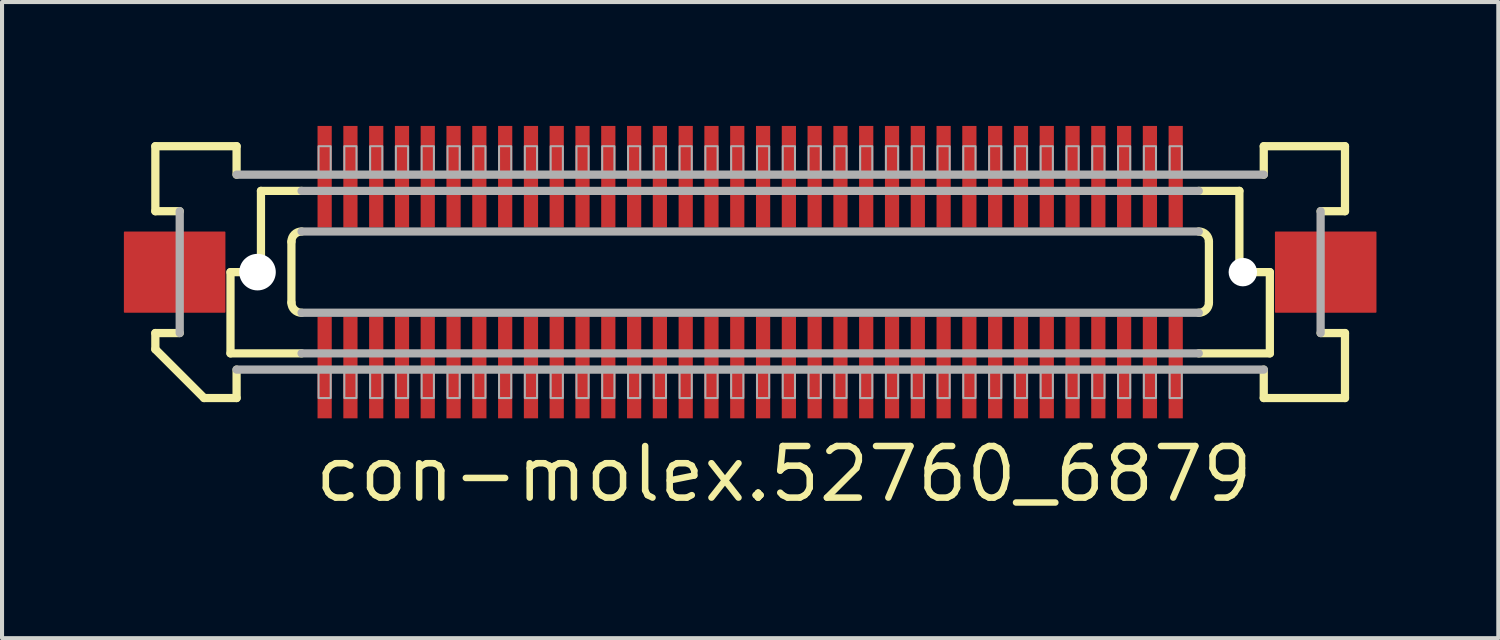
<source format=kicad_pcb>
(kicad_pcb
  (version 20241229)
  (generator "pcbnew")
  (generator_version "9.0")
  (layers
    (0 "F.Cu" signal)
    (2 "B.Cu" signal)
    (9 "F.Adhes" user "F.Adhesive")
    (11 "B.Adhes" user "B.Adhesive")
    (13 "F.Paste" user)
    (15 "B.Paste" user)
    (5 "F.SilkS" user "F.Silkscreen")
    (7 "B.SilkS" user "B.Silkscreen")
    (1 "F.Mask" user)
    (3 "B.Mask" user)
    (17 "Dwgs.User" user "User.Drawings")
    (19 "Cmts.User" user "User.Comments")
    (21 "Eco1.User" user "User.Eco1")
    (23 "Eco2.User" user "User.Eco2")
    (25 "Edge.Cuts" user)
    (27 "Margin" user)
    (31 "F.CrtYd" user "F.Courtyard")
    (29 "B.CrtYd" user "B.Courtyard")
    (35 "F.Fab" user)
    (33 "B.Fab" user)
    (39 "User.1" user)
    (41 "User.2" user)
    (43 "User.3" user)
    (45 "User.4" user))
  (footprint "con-molex.52760_6879"
    (layer "F.Cu")
    (at 15.42 3.65)
    (property "Reference" "con-molex.52760_6879" (at -10.795 5.715 0) (layer "F.SilkS") (effects (font (size 1.27 1.27) (thickness 0.16)) (justify left bottom)))
    (attr smd)
    (fp_rect (start -10.678 -1.075) (end -10.277 -3.625) (stroke (width 0.05) (type default)) (fill yes) (layer "F.Mask"))
    (fp_rect (start -10.678 3.625) (end -10.277 1.075) (stroke (width 0.05) (type default)) (fill yes) (layer "F.Mask"))
    (fp_rect (start -10.043 -1.075) (end -9.643 -3.625) (stroke (width 0.05) (type default)) (fill yes) (layer "F.Mask"))
    (fp_rect (start -10.043 3.625) (end -9.643 1.075) (stroke (width 0.05) (type default)) (fill yes) (layer "F.Mask"))
    (fp_rect (start -9.408 -1.075) (end -9.008 -3.625) (stroke (width 0.05) (type default)) (fill yes) (layer "F.Mask"))
    (fp_rect (start -9.408 3.625) (end -9.008 1.075) (stroke (width 0.05) (type default)) (fill yes) (layer "F.Mask"))
    (fp_rect (start -8.773 -1.075) (end -8.373 -3.625) (stroke (width 0.05) (type default)) (fill yes) (layer "F.Mask"))
    (fp_rect (start -8.773 3.625) (end -8.373 1.075) (stroke (width 0.05) (type default)) (fill yes) (layer "F.Mask"))
    (fp_rect (start -8.137 -1.075) (end -7.737 -3.625) (stroke (width 0.05) (type default)) (fill yes) (layer "F.Mask"))
    (fp_rect (start -8.137 3.625) (end -7.737 1.075) (stroke (width 0.05) (type default)) (fill yes) (layer "F.Mask"))
    (fp_rect (start -7.503 -1.075) (end -7.103 -3.625) (stroke (width 0.05) (type default)) (fill yes) (layer "F.Mask"))
    (fp_rect (start -7.503 3.625) (end -7.103 1.075) (stroke (width 0.05) (type default)) (fill yes) (layer "F.Mask"))
    (fp_rect (start -6.867 -1.075) (end -6.468 -3.625) (stroke (width 0.05) (type default)) (fill yes) (layer "F.Mask"))
    (fp_rect (start -6.867 3.625) (end -6.468 1.075) (stroke (width 0.05) (type default)) (fill yes) (layer "F.Mask"))
    (fp_rect (start -6.232 -1.075) (end -5.832 -3.625) (stroke (width 0.05) (type default)) (fill yes) (layer "F.Mask"))
    (fp_rect (start -6.232 3.625) (end -5.832 1.075) (stroke (width 0.05) (type default)) (fill yes) (layer "F.Mask"))
    (fp_rect (start -5.598 -1.075) (end -5.197 -3.625) (stroke (width 0.05) (type default)) (fill yes) (layer "F.Mask"))
    (fp_rect (start -5.598 3.625) (end -5.197 1.075) (stroke (width 0.05) (type default)) (fill yes) (layer "F.Mask"))
    (fp_rect (start -4.963 -1.075) (end -4.562 -3.625) (stroke (width 0.05) (type default)) (fill yes) (layer "F.Mask"))
    (fp_rect (start -4.963 3.625) (end -4.562 1.075) (stroke (width 0.05) (type default)) (fill yes) (layer "F.Mask"))
    (fp_rect (start -4.327 -1.075) (end -3.928 -3.625) (stroke (width 0.05) (type default)) (fill yes) (layer "F.Mask"))
    (fp_rect (start -4.327 3.625) (end -3.928 1.075) (stroke (width 0.05) (type default)) (fill yes) (layer "F.Mask"))
    (fp_rect (start -3.692 -1.075) (end -3.292 -3.625) (stroke (width 0.05) (type default)) (fill yes) (layer "F.Mask"))
    (fp_rect (start -3.692 3.625) (end -3.292 1.075) (stroke (width 0.05) (type default)) (fill yes) (layer "F.Mask"))
    (fp_rect (start -3.058 -1.075) (end -2.658 -3.625) (stroke (width 0.05) (type default)) (fill yes) (layer "F.Mask"))
    (fp_rect (start -3.058 3.625) (end -2.658 1.075) (stroke (width 0.05) (type default)) (fill yes) (layer "F.Mask"))
    (fp_rect (start -2.422 -1.075) (end -2.022 -3.625) (stroke (width 0.05) (type default)) (fill yes) (layer "F.Mask"))
    (fp_rect (start -2.422 3.625) (end -2.022 1.075) (stroke (width 0.05) (type default)) (fill yes) (layer "F.Mask"))
    (fp_rect (start -1.788 -1.075) (end -1.387 -3.625) (stroke (width 0.05) (type default)) (fill yes) (layer "F.Mask"))
    (fp_rect (start -1.788 3.625) (end -1.387 1.075) (stroke (width 0.05) (type default)) (fill yes) (layer "F.Mask"))
    (fp_rect (start -1.153 -1.075) (end -0.752 -3.625) (stroke (width 0.05) (type default)) (fill yes) (layer "F.Mask"))
    (fp_rect (start -1.153 3.625) (end -0.752 1.075) (stroke (width 0.05) (type default)) (fill yes) (layer "F.Mask"))
    (fp_rect (start -0.517 -1.075) (end -0.117 -3.625) (stroke (width 0.05) (type default)) (fill yes) (layer "F.Mask"))
    (fp_rect (start -0.517 3.625) (end -0.117 1.075) (stroke (width 0.05) (type default)) (fill yes) (layer "F.Mask"))
    (fp_rect (start 0.117 -1.075) (end 0.517 -3.625) (stroke (width 0.05) (type default)) (fill yes) (layer "F.Mask"))
    (fp_rect (start 0.117 3.625) (end 0.517 1.075) (stroke (width 0.05) (type default)) (fill yes) (layer "F.Mask"))
    (fp_rect (start 0.752 -1.075) (end 1.153 -3.625) (stroke (width 0.05) (type default)) (fill yes) (layer "F.Mask"))
    (fp_rect (start 0.752 3.625) (end 1.153 1.075) (stroke (width 0.05) (type default)) (fill yes) (layer "F.Mask"))
    (fp_rect (start 1.387 -1.075) (end 1.788 -3.625) (stroke (width 0.05) (type default)) (fill yes) (layer "F.Mask"))
    (fp_rect (start 1.387 3.625) (end 1.788 1.075) (stroke (width 0.05) (type default)) (fill yes) (layer "F.Mask"))
    (fp_rect (start 2.022 -1.075) (end 2.422 -3.625) (stroke (width 0.05) (type default)) (fill yes) (layer "F.Mask"))
    (fp_rect (start 2.022 3.625) (end 2.422 1.075) (stroke (width 0.05) (type default)) (fill yes) (layer "F.Mask"))
    (fp_rect (start 2.658 -1.075) (end 3.058 -3.625) (stroke (width 0.05) (type default)) (fill yes) (layer "F.Mask"))
    (fp_rect (start 2.658 3.625) (end 3.058 1.075) (stroke (width 0.05) (type default)) (fill yes) (layer "F.Mask"))
    (fp_rect (start 3.292 -1.075) (end 3.692 -3.625) (stroke (width 0.05) (type default)) (fill yes) (layer "F.Mask"))
    (fp_rect (start 3.292 3.625) (end 3.692 1.075) (stroke (width 0.05) (type default)) (fill yes) (layer "F.Mask"))
    (fp_rect (start 3.928 -1.075) (end 4.327 -3.625) (stroke (width 0.05) (type default)) (fill yes) (layer "F.Mask"))
    (fp_rect (start 3.928 3.625) (end 4.327 1.075) (stroke (width 0.05) (type default)) (fill yes) (layer "F.Mask"))
    (fp_rect (start 4.562 -1.075) (end 4.963 -3.625) (stroke (width 0.05) (type default)) (fill yes) (layer "F.Mask"))
    (fp_rect (start 4.562 3.625) (end 4.963 1.075) (stroke (width 0.05) (type default)) (fill yes) (layer "F.Mask"))
    (fp_rect (start 5.197 -1.075) (end 5.598 -3.625) (stroke (width 0.05) (type default)) (fill yes) (layer "F.Mask"))
    (fp_rect (start 5.197 3.625) (end 5.598 1.075) (stroke (width 0.05) (type default)) (fill yes) (layer "F.Mask"))
    (fp_rect (start 5.832 -1.075) (end 6.232 -3.625) (stroke (width 0.05) (type default)) (fill yes) (layer "F.Mask"))
    (fp_rect (start 5.832 3.625) (end 6.232 1.075) (stroke (width 0.05) (type default)) (fill yes) (layer "F.Mask"))
    (fp_rect (start 6.468 -1.075) (end 6.867 -3.625) (stroke (width 0.05) (type default)) (fill yes) (layer "F.Mask"))
    (fp_rect (start 6.468 3.625) (end 6.867 1.075) (stroke (width 0.05) (type default)) (fill yes) (layer "F.Mask"))
    (fp_rect (start 7.103 -1.075) (end 7.503 -3.625) (stroke (width 0.05) (type default)) (fill yes) (layer "F.Mask"))
    (fp_rect (start 7.103 3.625) (end 7.503 1.075) (stroke (width 0.05) (type default)) (fill yes) (layer "F.Mask"))
    (fp_rect (start 7.737 -1.075) (end 8.137 -3.625) (stroke (width 0.05) (type default)) (fill yes) (layer "F.Mask"))
    (fp_rect (start 7.737 3.625) (end 8.137 1.075) (stroke (width 0.05) (type default)) (fill yes) (layer "F.Mask"))
    (fp_rect (start 8.373 -1.075) (end 8.773 -3.625) (stroke (width 0.05) (type default)) (fill yes) (layer "F.Mask"))
    (fp_rect (start 8.373 3.625) (end 8.773 1.075) (stroke (width 0.05) (type default)) (fill yes) (layer "F.Mask"))
    (fp_rect (start 9.008 -1.075) (end 9.408 -3.625) (stroke (width 0.05) (type default)) (fill yes) (layer "F.Mask"))
    (fp_rect (start 9.008 3.625) (end 9.408 1.075) (stroke (width 0.05) (type default)) (fill yes) (layer "F.Mask"))
    (fp_rect (start 9.643 -1.075) (end 10.043 -3.625) (stroke (width 0.05) (type default)) (fill yes) (layer "F.Mask"))
    (fp_rect (start 9.643 3.625) (end 10.043 1.075) (stroke (width 0.05) (type default)) (fill yes) (layer "F.Mask"))
    (fp_rect (start 10.277 -1.075) (end 10.678 -3.625) (stroke (width 0.05) (type default)) (fill yes) (layer "F.Mask"))
    (fp_rect (start 10.277 3.625) (end 10.678 1.075) (stroke (width 0.05) (type default)) (fill yes) (layer "F.Mask"))
    (fp_line (start -14.645 -3.1) (end -12.645 -3.1) (stroke (width 0.203) (type default)) (layer "F.SilkS"))
    (fp_line (start -14.645 -1.5) (end -14.645 -3.1) (stroke (width 0.203) (type default)) (layer "F.SilkS"))
    (fp_line (start -14.645 1.5) (end -14.045 1.5) (stroke (width 0.203) (type default)) (layer "F.SilkS"))
    (fp_line (start -14.645 1.9) (end -14.645 1.5) (stroke (width 0.203) (type default)) (layer "F.SilkS"))
    (fp_line (start -14.045 -1.5) (end -14.645 -1.5) (stroke (width 0.203) (type default)) (layer "F.SilkS"))
    (fp_line (start -13.445 3.1) (end -14.645 1.9) (stroke (width 0.203) (type default)) (layer "F.SilkS"))
    (fp_line (start -12.795 0) (end -12.795 2) (stroke (width 0.203) (type default)) (layer "F.SilkS"))
    (fp_line (start -12.795 2) (end -11.045 2) (stroke (width 0.203) (type default)) (layer "F.SilkS"))
    (fp_line (start -12.645 -3.1) (end -12.645 -2.4) (stroke (width 0.203) (type default)) (layer "F.SilkS"))
    (fp_line (start -12.645 2.4) (end -12.645 3.1) (stroke (width 0.203) (type default)) (layer "F.SilkS"))
    (fp_line (start -12.645 3.1) (end -13.445 3.1) (stroke (width 0.203) (type default)) (layer "F.SilkS"))
    (fp_line (start -12.045 -2) (end -12.045 0) (stroke (width 0.203) (type default)) (layer "F.SilkS"))
    (fp_line (start -12.045 0) (end -12.795 0) (stroke (width 0.203) (type default)) (layer "F.SilkS"))
    (fp_line (start -11.295 0.75) (end -11.295 -0.75) (stroke (width 0.203) (type default)) (layer "F.SilkS"))
    (fp_line (start -11.045 -2) (end -12.045 -2) (stroke (width 0.203) (type default)) (layer "F.SilkS"))
    (fp_line (start 11.045 2) (end 12.795 2) (stroke (width 0.203) (type default)) (layer "F.SilkS"))
    (fp_line (start 11.295 -0.75) (end 11.295 0.75) (stroke (width 0.203) (type default)) (layer "F.SilkS"))
    (fp_line (start 12.045 -2) (end 11.045 -2) (stroke (width 0.203) (type default)) (layer "F.SilkS"))
    (fp_line (start 12.045 -2) (end 12.045 0) (stroke (width 0.203) (type default)) (layer "F.SilkS"))
    (fp_line (start 12.645 -3.1) (end 14.645 -3.1) (stroke (width 0.203) (type default)) (layer "F.SilkS"))
    (fp_line (start 12.645 -2.4) (end 12.645 -3.1) (stroke (width 0.203) (type default)) (layer "F.SilkS"))
    (fp_line (start 12.645 3.1) (end 12.645 2.4) (stroke (width 0.203) (type default)) (layer "F.SilkS"))
    (fp_line (start 12.795 0) (end 12.045 0) (stroke (width 0.203) (type default)) (layer "F.SilkS"))
    (fp_line (start 12.795 0) (end 12.795 2) (stroke (width 0.203) (type default)) (layer "F.SilkS"))
    (fp_line (start 14.045 1.5) (end 14.645 1.5) (stroke (width 0.203) (type default)) (layer "F.SilkS"))
    (fp_line (start 14.645 -3.1) (end 14.645 -1.5) (stroke (width 0.203) (type default)) (layer "F.SilkS"))
    (fp_line (start 14.645 -1.5) (end 14.045 -1.5) (stroke (width 0.203) (type default)) (layer "F.SilkS"))
    (fp_line (start 14.645 1.5) (end 14.645 3.1) (stroke (width 0.203) (type default)) (layer "F.SilkS"))
    (fp_line (start 14.645 3.1) (end 12.645 3.1) (stroke (width 0.203) (type default)) (layer "F.SilkS"))
    (fp_arc (start -11.295 -0.75) (mid -11.221777 -0.926777) (end -11.045 -1) (stroke (width 0.2032) (type default)) (layer "F.SilkS"))
    (fp_arc (start -11.045 1) (mid -11.221777 0.926777) (end -11.295 0.75) (stroke (width 0.2032) (type default)) (layer "F.SilkS"))
    (fp_arc (start 11.045 -1) (mid 11.221777 -0.926777) (end 11.295 -0.75) (stroke (width 0.2032) (type default)) (layer "F.SilkS"))
    (fp_arc (start 11.295 0.75) (mid 11.221777 0.926777) (end 11.045 1) (stroke (width 0.2032) (type default)) (layer "F.SilkS"))
    (fp_line (start -14.045 1.5) (end -14.045 -1.5) (stroke (width 0.203) (type default)) (layer "F.Fab"))
    (fp_line (start -12.645 -2.4) (end 12.645 -2.4) (stroke (width 0.203) (type default)) (layer "F.Fab"))
    (fp_line (start -11.045 -1) (end 11.045 -1) (stroke (width 0.203) (type default)) (layer "F.Fab"))
    (fp_line (start -11.045 2) (end 11.045 2) (stroke (width 0.203) (type default)) (layer "F.Fab"))
    (fp_line (start 11.045 -2) (end -11.045 -2) (stroke (width 0.203) (type default)) (layer "F.Fab"))
    (fp_line (start 11.045 1) (end -11.045 1) (stroke (width 0.203) (type default)) (layer "F.Fab"))
    (fp_line (start 12.645 2.4) (end -12.645 2.4) (stroke (width 0.203) (type default)) (layer "F.Fab"))
    (fp_line (start 14.045 -1.5) (end 14.045 1.5) (stroke (width 0.203) (type default)) (layer "F.Fab"))
    (fp_rect (start -10.627 -2.375) (end -10.328 -3.1) (stroke (width 0.05) (type default)) (fill no) (layer "F.Fab"))
    (fp_rect (start -10.627 3.1) (end -10.328 2.375) (stroke (width 0.05) (type default)) (fill no) (layer "F.Fab"))
    (fp_rect (start -9.992 -2.375) (end -9.693 -3.1) (stroke (width 0.05) (type default)) (fill no) (layer "F.Fab"))
    (fp_rect (start -9.992 3.1) (end -9.693 2.375) (stroke (width 0.05) (type default)) (fill no) (layer "F.Fab"))
    (fp_rect (start -9.357 -2.375) (end -9.057 -3.1) (stroke (width 0.05) (type default)) (fill no) (layer "F.Fab"))
    (fp_rect (start -9.357 3.1) (end -9.057 2.375) (stroke (width 0.05) (type default)) (fill no) (layer "F.Fab"))
    (fp_rect (start -8.723 -2.375) (end -8.422 -3.1) (stroke (width 0.05) (type default)) (fill no) (layer "F.Fab"))
    (fp_rect (start -8.723 3.1) (end -8.422 2.375) (stroke (width 0.05) (type default)) (fill no) (layer "F.Fab"))
    (fp_rect (start -8.088 -2.375) (end -7.787 -3.1) (stroke (width 0.05) (type default)) (fill no) (layer "F.Fab"))
    (fp_rect (start -8.088 3.1) (end -7.787 2.375) (stroke (width 0.05) (type default)) (fill no) (layer "F.Fab"))
    (fp_rect (start -7.452 -2.375) (end -7.152 -3.1) (stroke (width 0.05) (type default)) (fill no) (layer "F.Fab"))
    (fp_rect (start -7.452 3.1) (end -7.152 2.375) (stroke (width 0.05) (type default)) (fill no) (layer "F.Fab"))
    (fp_rect (start -6.817 -2.375) (end -6.518 -3.1) (stroke (width 0.05) (type default)) (fill no) (layer "F.Fab"))
    (fp_rect (start -6.817 3.1) (end -6.518 2.375) (stroke (width 0.05) (type default)) (fill no) (layer "F.Fab"))
    (fp_rect (start -6.183 -2.375) (end -5.883 -3.1) (stroke (width 0.05) (type default)) (fill no) (layer "F.Fab"))
    (fp_rect (start -6.183 3.1) (end -5.883 2.375) (stroke (width 0.05) (type default)) (fill no) (layer "F.Fab"))
    (fp_rect (start -5.548 -2.375) (end -5.247 -3.1) (stroke (width 0.05) (type default)) (fill no) (layer "F.Fab"))
    (fp_rect (start -5.548 3.1) (end -5.247 2.375) (stroke (width 0.05) (type default)) (fill no) (layer "F.Fab"))
    (fp_rect (start -4.912 -2.375) (end -4.612 -3.1) (stroke (width 0.05) (type default)) (fill no) (layer "F.Fab"))
    (fp_rect (start -4.912 3.1) (end -4.612 2.375) (stroke (width 0.05) (type default)) (fill no) (layer "F.Fab"))
    (fp_rect (start -4.277 -2.375) (end -3.978 -3.1) (stroke (width 0.05) (type default)) (fill no) (layer "F.Fab"))
    (fp_rect (start -4.277 3.1) (end -3.978 2.375) (stroke (width 0.05) (type default)) (fill no) (layer "F.Fab"))
    (fp_rect (start -3.643 -2.375) (end -3.342 -3.1) (stroke (width 0.05) (type default)) (fill no) (layer "F.Fab"))
    (fp_rect (start -3.643 3.1) (end -3.342 2.375) (stroke (width 0.05) (type default)) (fill no) (layer "F.Fab"))
    (fp_rect (start -3.007 -2.375) (end -2.708 -3.1) (stroke (width 0.05) (type default)) (fill no) (layer "F.Fab"))
    (fp_rect (start -3.007 3.1) (end -2.708 2.375) (stroke (width 0.05) (type default)) (fill no) (layer "F.Fab"))
    (fp_rect (start -2.373 -2.375) (end -2.072 -3.1) (stroke (width 0.05) (type default)) (fill no) (layer "F.Fab"))
    (fp_rect (start -2.373 3.1) (end -2.072 2.375) (stroke (width 0.05) (type default)) (fill no) (layer "F.Fab"))
    (fp_rect (start -1.738 -2.375) (end -1.438 -3.1) (stroke (width 0.05) (type default)) (fill no) (layer "F.Fab"))
    (fp_rect (start -1.738 3.1) (end -1.438 2.375) (stroke (width 0.05) (type default)) (fill no) (layer "F.Fab"))
    (fp_rect (start -1.103 -2.375) (end -0.802 -3.1) (stroke (width 0.05) (type default)) (fill no) (layer "F.Fab"))
    (fp_rect (start -1.103 3.1) (end -0.802 2.375) (stroke (width 0.05) (type default)) (fill no) (layer "F.Fab"))
    (fp_rect (start -0.468 -2.375) (end -0.168 -3.1) (stroke (width 0.05) (type default)) (fill no) (layer "F.Fab"))
    (fp_rect (start -0.468 3.1) (end -0.168 2.375) (stroke (width 0.05) (type default)) (fill no) (layer "F.Fab"))
    (fp_rect (start 0.168 -2.375) (end 0.468 -3.1) (stroke (width 0.05) (type default)) (fill no) (layer "F.Fab"))
    (fp_rect (start 0.168 3.1) (end 0.468 2.375) (stroke (width 0.05) (type default)) (fill no) (layer "F.Fab"))
    (fp_rect (start 0.802 -2.375) (end 1.103 -3.1) (stroke (width 0.05) (type default)) (fill no) (layer "F.Fab"))
    (fp_rect (start 0.802 3.1) (end 1.103 2.375) (stroke (width 0.05) (type default)) (fill no) (layer "F.Fab"))
    (fp_rect (start 1.438 -2.375) (end 1.738 -3.1) (stroke (width 0.05) (type default)) (fill no) (layer "F.Fab"))
    (fp_rect (start 1.438 3.1) (end 1.738 2.375) (stroke (width 0.05) (type default)) (fill no) (layer "F.Fab"))
    (fp_rect (start 2.072 -2.375) (end 2.373 -3.1) (stroke (width 0.05) (type default)) (fill no) (layer "F.Fab"))
    (fp_rect (start 2.072 3.1) (end 2.373 2.375) (stroke (width 0.05) (type default)) (fill no) (layer "F.Fab"))
    (fp_rect (start 2.708 -2.375) (end 3.007 -3.1) (stroke (width 0.05) (type default)) (fill no) (layer "F.Fab"))
    (fp_rect (start 2.708 3.1) (end 3.007 2.375) (stroke (width 0.05) (type default)) (fill no) (layer "F.Fab"))
    (fp_rect (start 3.342 -2.375) (end 3.643 -3.1) (stroke (width 0.05) (type default)) (fill no) (layer "F.Fab"))
    (fp_rect (start 3.342 3.1) (end 3.643 2.375) (stroke (width 0.05) (type default)) (fill no) (layer "F.Fab"))
    (fp_rect (start 3.978 -2.375) (end 4.277 -3.1) (stroke (width 0.05) (type default)) (fill no) (layer "F.Fab"))
    (fp_rect (start 3.978 3.1) (end 4.277 2.375) (stroke (width 0.05) (type default)) (fill no) (layer "F.Fab"))
    (fp_rect (start 4.612 -2.375) (end 4.912 -3.1) (stroke (width 0.05) (type default)) (fill no) (layer "F.Fab"))
    (fp_rect (start 4.612 3.1) (end 4.912 2.375) (stroke (width 0.05) (type default)) (fill no) (layer "F.Fab"))
    (fp_rect (start 5.247 -2.375) (end 5.548 -3.1) (stroke (width 0.05) (type default)) (fill no) (layer "F.Fab"))
    (fp_rect (start 5.247 3.1) (end 5.548 2.375) (stroke (width 0.05) (type default)) (fill no) (layer "F.Fab"))
    (fp_rect (start 5.883 -2.375) (end 6.183 -3.1) (stroke (width 0.05) (type default)) (fill no) (layer "F.Fab"))
    (fp_rect (start 5.883 3.1) (end 6.183 2.375) (stroke (width 0.05) (type default)) (fill no) (layer "F.Fab"))
    (fp_rect (start 6.518 -2.375) (end 6.817 -3.1) (stroke (width 0.05) (type default)) (fill no) (layer "F.Fab"))
    (fp_rect (start 6.518 3.1) (end 6.817 2.375) (stroke (width 0.05) (type default)) (fill no) (layer "F.Fab"))
    (fp_rect (start 7.152 -2.375) (end 7.452 -3.1) (stroke (width 0.05) (type default)) (fill no) (layer "F.Fab"))
    (fp_rect (start 7.152 3.1) (end 7.452 2.375) (stroke (width 0.05) (type default)) (fill no) (layer "F.Fab"))
    (fp_rect (start 7.787 -2.375) (end 8.088 -3.1) (stroke (width 0.05) (type default)) (fill no) (layer "F.Fab"))
    (fp_rect (start 7.787 3.1) (end 8.088 2.375) (stroke (width 0.05) (type default)) (fill no) (layer "F.Fab"))
    (fp_rect (start 8.422 -2.375) (end 8.723 -3.1) (stroke (width 0.05) (type default)) (fill no) (layer "F.Fab"))
    (fp_rect (start 8.422 3.1) (end 8.723 2.375) (stroke (width 0.05) (type default)) (fill no) (layer "F.Fab"))
    (fp_rect (start 9.057 -2.375) (end 9.357 -3.1) (stroke (width 0.05) (type default)) (fill no) (layer "F.Fab"))
    (fp_rect (start 9.057 3.1) (end 9.357 2.375) (stroke (width 0.05) (type default)) (fill no) (layer "F.Fab"))
    (fp_rect (start 9.693 -2.375) (end 9.992 -3.1) (stroke (width 0.05) (type default)) (fill no) (layer "F.Fab"))
    (fp_rect (start 9.693 3.1) (end 9.992 2.375) (stroke (width 0.05) (type default)) (fill no) (layer "F.Fab"))
    (fp_rect (start 10.328 -2.375) (end 10.627 -3.1) (stroke (width 0.05) (type default)) (fill no) (layer "F.Fab"))
    (fp_rect (start 10.328 3.1) (end 10.627 2.375) (stroke (width 0.05) (type default)) (fill no) (layer "F.Fab"))
    (pad "" np_thru_hole circle (at -12.13 0) (size 0.9 0.9) (drill 0.9) (layers "*.Cu" "*.Mask"))
    (pad "" np_thru_hole circle (at 12.13 0) (size 0.7 0.7) (drill 0.7) (layers "*.Cu" "*.Mask"))
    (pad "1" smd roundrect (at -10.477 2.35) (size 0.35 2.5) (layers "F.Cu" "F.Mask" "F.Paste") (roundrect_rratio 0.01))
    (pad "2" smd roundrect (at -10.477 -2.35 180) (size 0.35 2.5) (layers "F.Cu" "F.Mask" "F.Paste") (roundrect_rratio 0.01))
    (pad "3" smd roundrect (at -9.842 2.35) (size 0.35 2.5) (layers "F.Cu" "F.Mask" "F.Paste") (roundrect_rratio 0.01))
    (pad "4" smd roundrect (at -9.842 -2.35 180) (size 0.35 2.5) (layers "F.Cu" "F.Mask" "F.Paste") (roundrect_rratio 0.01))
    (pad "5" smd roundrect (at -9.207 2.35) (size 0.35 2.5) (layers "F.Cu" "F.Mask" "F.Paste") (roundrect_rratio 0.01))
    (pad "6" smd roundrect (at -9.207 -2.35 180) (size 0.35 2.5) (layers "F.Cu" "F.Mask" "F.Paste") (roundrect_rratio 0.01))
    (pad "7" smd roundrect (at -8.572 2.35) (size 0.35 2.5) (layers "F.Cu" "F.Mask" "F.Paste") (roundrect_rratio 0.01))
    (pad "8" smd roundrect (at -8.572 -2.35 180) (size 0.35 2.5) (layers "F.Cu" "F.Mask" "F.Paste") (roundrect_rratio 0.01))
    (pad "9" smd roundrect (at -7.938 2.35) (size 0.35 2.5) (layers "F.Cu" "F.Mask" "F.Paste") (roundrect_rratio 0.01))
    (pad "10" smd roundrect (at -7.938 -2.35 180) (size 0.35 2.5) (layers "F.Cu" "F.Mask" "F.Paste") (roundrect_rratio 0.01))
    (pad "11" smd roundrect (at -7.303 2.35) (size 0.35 2.5) (layers "F.Cu" "F.Mask" "F.Paste") (roundrect_rratio 0.01))
    (pad "12" smd roundrect (at -7.303 -2.35 180) (size 0.35 2.5) (layers "F.Cu" "F.Mask" "F.Paste") (roundrect_rratio 0.01))
    (pad "13" smd roundrect (at -6.668 2.35) (size 0.35 2.5) (layers "F.Cu" "F.Mask" "F.Paste") (roundrect_rratio 0.01))
    (pad "14" smd roundrect (at -6.668 -2.35 180) (size 0.35 2.5) (layers "F.Cu" "F.Mask" "F.Paste") (roundrect_rratio 0.01))
    (pad "15" smd roundrect (at -6.032 2.35) (size 0.35 2.5) (layers "F.Cu" "F.Mask" "F.Paste") (roundrect_rratio 0.01))
    (pad "16" smd roundrect (at -6.032 -2.35 180) (size 0.35 2.5) (layers "F.Cu" "F.Mask" "F.Paste") (roundrect_rratio 0.01))
    (pad "17" smd roundrect (at -5.397 2.35) (size 0.35 2.5) (layers "F.Cu" "F.Mask" "F.Paste") (roundrect_rratio 0.01))
    (pad "18" smd roundrect (at -5.397 -2.35 180) (size 0.35 2.5) (layers "F.Cu" "F.Mask" "F.Paste") (roundrect_rratio 0.01))
    (pad "19" smd roundrect (at -4.763 2.35) (size 0.35 2.5) (layers "F.Cu" "F.Mask" "F.Paste") (roundrect_rratio 0.01))
    (pad "20" smd roundrect (at -4.763 -2.35 180) (size 0.35 2.5) (layers "F.Cu" "F.Mask" "F.Paste") (roundrect_rratio 0.01))
    (pad "21" smd roundrect (at -4.128 2.35) (size 0.35 2.5) (layers "F.Cu" "F.Mask" "F.Paste") (roundrect_rratio 0.01))
    (pad "22" smd roundrect (at -4.128 -2.35 180) (size 0.35 2.5) (layers "F.Cu" "F.Mask" "F.Paste") (roundrect_rratio 0.01))
    (pad "23" smd roundrect (at -3.493 2.35) (size 0.35 2.5) (layers "F.Cu" "F.Mask" "F.Paste") (roundrect_rratio 0.01))
    (pad "24" smd roundrect (at -3.493 -2.35 180) (size 0.35 2.5) (layers "F.Cu" "F.Mask" "F.Paste") (roundrect_rratio 0.01))
    (pad "25" smd roundrect (at -2.857 2.35) (size 0.35 2.5) (layers "F.Cu" "F.Mask" "F.Paste") (roundrect_rratio 0.01))
    (pad "26" smd roundrect (at -2.857 -2.35 180) (size 0.35 2.5) (layers "F.Cu" "F.Mask" "F.Paste") (roundrect_rratio 0.01))
    (pad "27" smd roundrect (at -2.223 2.35) (size 0.35 2.5) (layers "F.Cu" "F.Mask" "F.Paste") (roundrect_rratio 0.01))
    (pad "28" smd roundrect (at -2.223 -2.35 180) (size 0.35 2.5) (layers "F.Cu" "F.Mask" "F.Paste") (roundrect_rratio 0.01))
    (pad "29" smd roundrect (at -1.587 2.35) (size 0.35 2.5) (layers "F.Cu" "F.Mask" "F.Paste") (roundrect_rratio 0.01))
    (pad "30" smd roundrect (at -1.587 -2.35 180) (size 0.35 2.5) (layers "F.Cu" "F.Mask" "F.Paste") (roundrect_rratio 0.01))
    (pad "31" smd roundrect (at -0.953 2.35) (size 0.35 2.5) (layers "F.Cu" "F.Mask" "F.Paste") (roundrect_rratio 0.01))
    (pad "32" smd roundrect (at -0.953 -2.35 180) (size 0.35 2.5) (layers "F.Cu" "F.Mask" "F.Paste") (roundrect_rratio 0.01))
    (pad "33" smd roundrect (at -0.318 2.35) (size 0.35 2.5) (layers "F.Cu" "F.Mask" "F.Paste") (roundrect_rratio 0.01))
    (pad "34" smd roundrect (at -0.318 -2.35 180) (size 0.35 2.5) (layers "F.Cu" "F.Mask" "F.Paste") (roundrect_rratio 0.01))
    (pad "35" smd roundrect (at 0.318 2.35) (size 0.35 2.5) (layers "F.Cu" "F.Mask" "F.Paste") (roundrect_rratio 0.01))
    (pad "36" smd roundrect (at 0.318 -2.35 180) (size 0.35 2.5) (layers "F.Cu" "F.Mask" "F.Paste") (roundrect_rratio 0.01))
    (pad "37" smd roundrect (at 0.953 2.35) (size 0.35 2.5) (layers "F.Cu" "F.Mask" "F.Paste") (roundrect_rratio 0.01))
    (pad "38" smd roundrect (at 0.953 -2.35 180) (size 0.35 2.5) (layers "F.Cu" "F.Mask" "F.Paste") (roundrect_rratio 0.01))
    (pad "39" smd roundrect (at 1.587 2.35) (size 0.35 2.5) (layers "F.Cu" "F.Mask" "F.Paste") (roundrect_rratio 0.01))
    (pad "40" smd roundrect (at 1.587 -2.35 180) (size 0.35 2.5) (layers "F.Cu" "F.Mask" "F.Paste") (roundrect_rratio 0.01))
    (pad "41" smd roundrect (at 2.223 2.35) (size 0.35 2.5) (layers "F.Cu" "F.Mask" "F.Paste") (roundrect_rratio 0.01))
    (pad "42" smd roundrect (at 2.223 -2.35 180) (size 0.35 2.5) (layers "F.Cu" "F.Mask" "F.Paste") (roundrect_rratio 0.01))
    (pad "43" smd roundrect (at 2.857 2.35) (size 0.35 2.5) (layers "F.Cu" "F.Mask" "F.Paste") (roundrect_rratio 0.01))
    (pad "44" smd roundrect (at 2.857 -2.35 180) (size 0.35 2.5) (layers "F.Cu" "F.Mask" "F.Paste") (roundrect_rratio 0.01))
    (pad "45" smd roundrect (at 3.493 2.35) (size 0.35 2.5) (layers "F.Cu" "F.Mask" "F.Paste") (roundrect_rratio 0.01))
    (pad "46" smd roundrect (at 3.493 -2.35 180) (size 0.35 2.5) (layers "F.Cu" "F.Mask" "F.Paste") (roundrect_rratio 0.01))
    (pad "47" smd roundrect (at 4.128 2.35) (size 0.35 2.5) (layers "F.Cu" "F.Mask" "F.Paste") (roundrect_rratio 0.01))
    (pad "48" smd roundrect (at 4.128 -2.35 180) (size 0.35 2.5) (layers "F.Cu" "F.Mask" "F.Paste") (roundrect_rratio 0.01))
    (pad "49" smd roundrect (at 4.763 2.35) (size 0.35 2.5) (layers "F.Cu" "F.Mask" "F.Paste") (roundrect_rratio 0.01))
    (pad "50" smd roundrect (at 4.763 -2.35 180) (size 0.35 2.5) (layers "F.Cu" "F.Mask" "F.Paste") (roundrect_rratio 0.01))
    (pad "51" smd roundrect (at 5.397 2.35) (size 0.35 2.5) (layers "F.Cu" "F.Mask" "F.Paste") (roundrect_rratio 0.01))
    (pad "52" smd roundrect (at 5.397 -2.35 180) (size 0.35 2.5) (layers "F.Cu" "F.Mask" "F.Paste") (roundrect_rratio 0.01))
    (pad "53" smd roundrect (at 6.032 2.35) (size 0.35 2.5) (layers "F.Cu" "F.Mask" "F.Paste") (roundrect_rratio 0.01))
    (pad "54" smd roundrect (at 6.032 -2.35 180) (size 0.35 2.5) (layers "F.Cu" "F.Mask" "F.Paste") (roundrect_rratio 0.01))
    (pad "55" smd roundrect (at 6.668 2.35) (size 0.35 2.5) (layers "F.Cu" "F.Mask" "F.Paste") (roundrect_rratio 0.01))
    (pad "56" smd roundrect (at 6.668 -2.35 180) (size 0.35 2.5) (layers "F.Cu" "F.Mask" "F.Paste") (roundrect_rratio 0.01))
    (pad "57" smd roundrect (at 7.303 2.35) (size 0.35 2.5) (layers "F.Cu" "F.Mask" "F.Paste") (roundrect_rratio 0.01))
    (pad "58" smd roundrect (at 7.303 -2.35 180) (size 0.35 2.5) (layers "F.Cu" "F.Mask" "F.Paste") (roundrect_rratio 0.01))
    (pad "59" smd roundrect (at 7.938 2.35) (size 0.35 2.5) (layers "F.Cu" "F.Mask" "F.Paste") (roundrect_rratio 0.01))
    (pad "60" smd roundrect (at 7.938 -2.35 180) (size 0.35 2.5) (layers "F.Cu" "F.Mask" "F.Paste") (roundrect_rratio 0.01))
    (pad "61" smd roundrect (at 8.572 2.35) (size 0.35 2.5) (layers "F.Cu" "F.Mask" "F.Paste") (roundrect_rratio 0.01))
    (pad "62" smd roundrect (at 8.572 -2.35 180) (size 0.35 2.5) (layers "F.Cu" "F.Mask" "F.Paste") (roundrect_rratio 0.01))
    (pad "63" smd roundrect (at 9.207 2.35) (size 0.35 2.5) (layers "F.Cu" "F.Mask" "F.Paste") (roundrect_rratio 0.01))
    (pad "64" smd roundrect (at 9.207 -2.35 180) (size 0.35 2.5) (layers "F.Cu" "F.Mask" "F.Paste") (roundrect_rratio 0.01))
    (pad "65" smd roundrect (at 9.842 2.35) (size 0.35 2.5) (layers "F.Cu" "F.Mask" "F.Paste") (roundrect_rratio 0.01))
    (pad "66" smd roundrect (at 9.842 -2.35 180) (size 0.35 2.5) (layers "F.Cu" "F.Mask" "F.Paste") (roundrect_rratio 0.01))
    (pad "67" smd roundrect (at 10.477 2.35) (size 0.35 2.5) (layers "F.Cu" "F.Mask" "F.Paste") (roundrect_rratio 0.01))
    (pad "68" smd roundrect (at 10.477 -2.35 180) (size 0.35 2.5) (layers "F.Cu" "F.Mask" "F.Paste") (roundrect_rratio 0.01))
    (pad "M1" smd roundrect (at -14.17 0) (size 2.5 2) (layers "F.Cu" "F.Mask" "F.Paste") (roundrect_rratio 0.01))
    (pad "M2" smd roundrect (at 14.17 0 180) (size 2.5 2) (layers "F.Cu" "F.Mask" "F.Paste") (roundrect_rratio 0.01)))
  (gr_rect
    (start -3 -3)
    (end 33.84 12.662)
    (stroke (width 0.1) (type default))
    (fill no)
    (layer "Edge.Cuts")))
</source>
